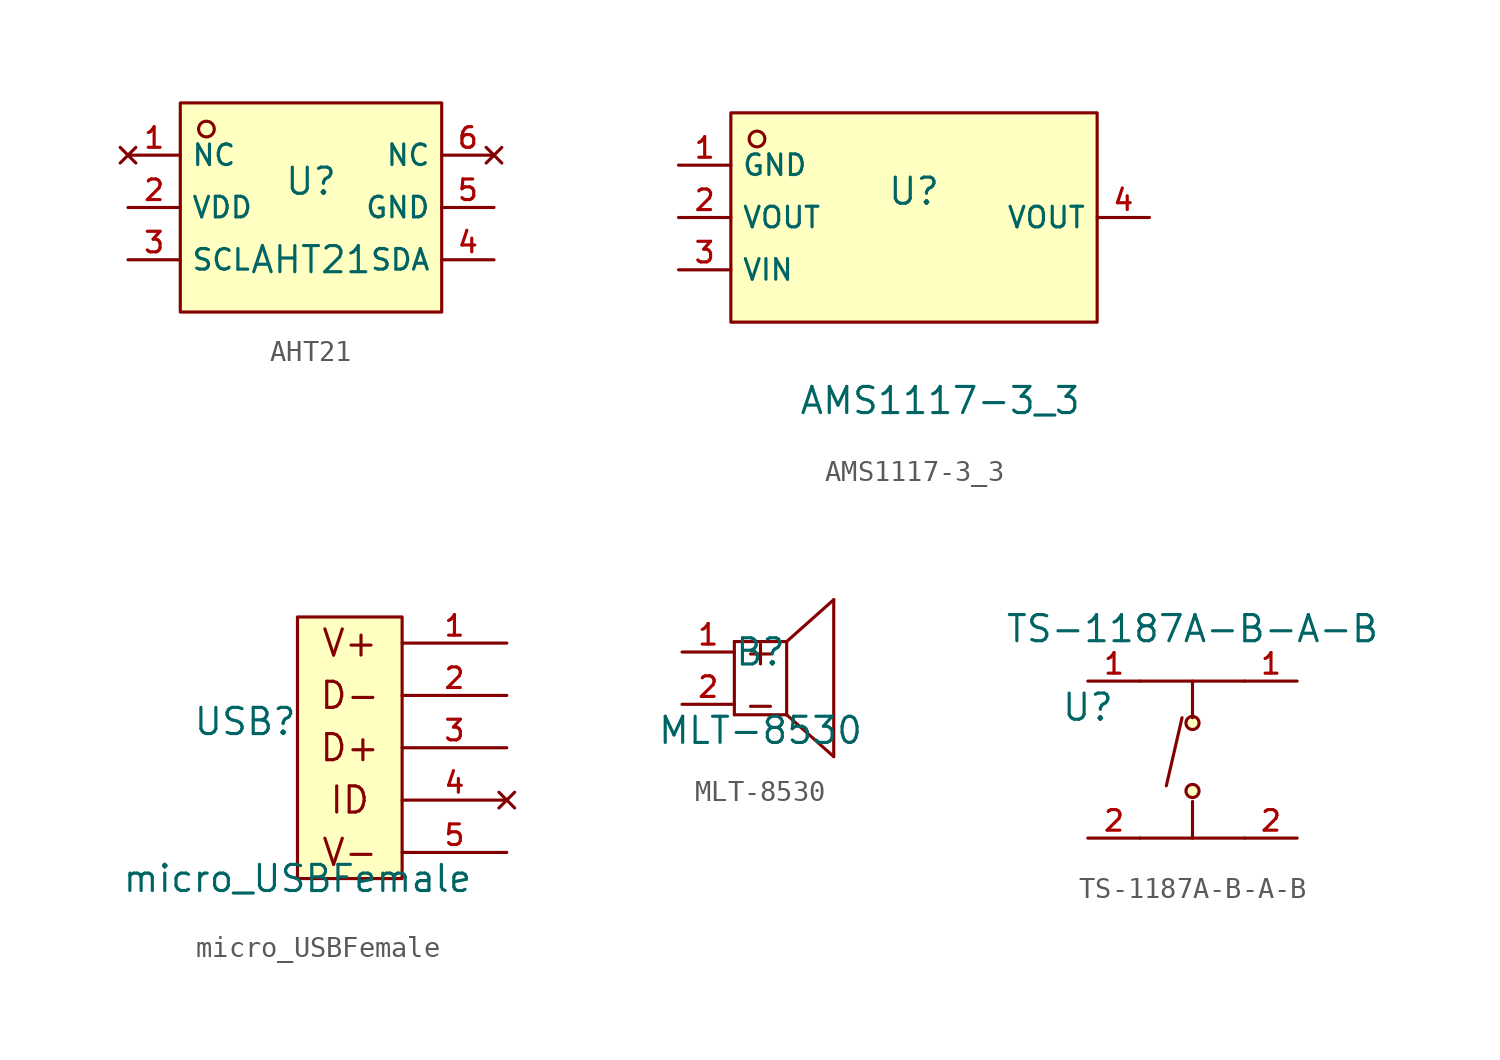
<source format=kicad_sym>
(kicad_symbol_lib
  (version 20220914)
  (generator kicad_symbol_editor)
  (symbol "AHT21"
    (property "Reference" "U"
      (at 0 1.27 0)
      (effects (font (size 1.27 1.27))))
    (property "Value" "AHT21"
      (at 0 -2.54 0)
      (effects (font (size 1.27 1.27))))
    (symbol "AHT21_0_1"
      (rectangle (start -6.35 5.08) (end 6.35 -5.08) (stroke (width 0) (type default)) (fill (type background)))
      (circle (center -5.08 3.81) (radius 0.381) (stroke (width 0) (type default)) (fill (type background))))
    (symbol "AHT21_1_1"
      (pin no_connect line (at -8.89 2.54 0) (length 2.54) (name "NC" (effects (font (size 1 1)))) (number "1" (effects (font (size 1 1)))))
      (pin power_in line (at -8.89 0 0) (length 2.54) (name "VDD" (effects (font (size 1 1)))) (number "2" (effects (font (size 1 1)))))
      (pin bidirectional line (at -8.89 -2.54 0) (length 2.54) (name "SCL" (effects (font (size 1 1)))) (number "3" (effects (font (size 1 1)))))
      (pin bidirectional line (at 8.89 -2.54 180) (length 2.54) (name "SDA" (effects (font (size 1 1)))) (number "4" (effects (font (size 1 1)))))
      (pin power_in line (at 8.89 0 180) (length 2.54) (name "GND" (effects (font (size 1 1)))) (number "5" (effects (font (size 1 1)))))
      (pin no_connect line (at 8.89 2.54 180) (length 2.54) (name "NC" (effects (font (size 1 1)))) (number "6" (effects (font (size 1 1)))))))
  (symbol "AMS1117-3_3"
    (property "Reference" "U"
      (at 0 1.27 0)
      (effects (font (size 1.27 1.27))))
    (property "Value" "AMS1117-3_3"
      (at 1.27 -8.89 0)
      (effects (font (size 1.27 1.27))))
    (symbol "AMS1117-3_3_0_1"
      (rectangle (start -8.89 5.08) (end 8.89 -5.08) (stroke (width 0) (type default)) (fill (type background)))
      (circle (center -7.62 3.81) (radius 0.381) (stroke (width 0) (type default)) (fill (type background))))
    (symbol "AMS1117-3_3_1_1"
      (pin power_in line (at -11.43 2.54 0) (length 2.54) (name "GND" (effects (font (size 1 1)))) (number "1" (effects (font (size 1 1)))))
      (pin power_out line (at -11.43 0 0) (length 2.54) (name "VOUT" (effects (font (size 1 1)))) (number "2" (effects (font (size 1 1)))))
      (pin power_in line (at -11.43 -2.54 0) (length 2.54) (name "VIN" (effects (font (size 1 1)))) (number "3" (effects (font (size 1 1)))))
      (pin power_out line (at 11.43 0 180) (length 2.54) (name "VOUT" (effects (font (size 1 1)))) (number "4" (effects (font (size 1 1)))))))
  (symbol "micro_USBFemale"
    (pin_names hide)
    (property "Reference" "USB"
      (at -3.81 1.27 0)
      (effects (font (size 1.27 1.27))))
    (property "Value" "micro_USBFemale"
      (at -1.27 -6.35 0)
      (effects (font (size 1.27 1.27))))
    (symbol "micro_USBFemale_0_1"
      (rectangle (start -1.27 6.35) (end 3.81 -6.35) (stroke (width 0) (type default)) (fill (type background))))
    (symbol "micro_USBFemale_1_1"
      (text "D+" (at 1.27 0 0) (effects (font (size 1.27 1.27))))
      (text "D-" (at 1.27 2.54 0) (effects (font (size 1.27 1.27))))
      (text "ID" (at 1.27 -2.54 0) (effects (font (size 1.27 1.27))))
      (text "V+" (at 1.27 5.08 0) (effects (font (size 1.27 1.27))))
      (text "V-" (at 1.27 -5.08 0) (effects (font (size 1.27 1.27))))
      (pin power_out line (at 8.89 5.08 180) (length 5.08) (name "V+" (effects (font (size 1 1)))) (number "1" (effects (font (size 1 1)))))
      (pin bidirectional line (at 8.89 2.54 180) (length 5.08) (name "D-" (effects (font (size 1 1)))) (number "2" (effects (font (size 1 1)))))
      (pin bidirectional line (at 8.89 0 180) (length 5.08) (name "D+" (effects (font (size 1 1)))) (number "3" (effects (font (size 1 1)))))
      (pin no_connect line (at 8.89 -2.54 180) (length 5.08) (name "ID" (effects (font (size 1 1)))) (number "4" (effects (font (size 1 1)))))
      (pin power_out line (at 8.89 -5.08 180) (length 5.08) (name "V-" (effects (font (size 1 1)))) (number "5" (effects (font (size 1 1)))))))
  (symbol "MLT-8530"
    (pin_names hide)
    (property "Reference" "B"
      (at 0 1.27 0)
      (effects (font (size 1.27 1.27))))
    (property "Value" "MLT-8530"
      (at 0 -2.54 0)
      (effects (font (size 1.27 1.27))))
    (symbol "MLT-8530_0_1"
      (polyline (pts (xy -1.27 -1.778) (xy 1.27 -1.778)) (stroke (width 0) (type default)) (fill (type none)))
      (polyline (pts (xy -1.27 1.778) (xy -1.27 -1.778)) (stroke (width 0) (type default)) (fill (type none)))
      (polyline (pts (xy -1.27 1.778) (xy 1.27 1.778)) (stroke (width 0) (type default)) (fill (type none)))
      (polyline (pts (xy 1.27 -1.778) (xy 3.556 -3.81)) (stroke (width 0) (type default)) (fill (type none)))
      (polyline (pts (xy 1.27 1.778) (xy 1.27 -1.778)) (stroke (width 0) (type default)) (fill (type none)))
      (polyline (pts (xy 3.556 3.81) (xy 1.27 1.778)) (stroke (width 0) (type default)) (fill (type none)))
      (polyline (pts (xy 3.556 3.81) (xy 3.556 -3.81)) (stroke (width 0) (type default)) (fill (type none))))
    (symbol "MLT-8530_1_1"
      (text "+" (at 0 1.27 0) (effects (font (size 1.27 1.27))))
      (text "-" (at 0 -1.27 0) (effects (font (size 1.27 1.27))))
      (pin input line (at -3.81 1.27 0) (length 2.54) (name "+" (effects (font (size 1 1)))) (number "1" (effects (font (size 1 1)))))
      (pin power_in line (at -3.81 -1.27 0) (length 2.54) (name "2" (effects (font (size 1 1)))) (number "2" (effects (font (size 1 1)))))))
  (symbol "TS-1187A-B-A-B"
    (pin_names hide)
    (property "Reference" "U"
      (at -5.08 1.27 0)
      (effects (font (size 1.27 1.27))))
    (property "Value" "TS-1187A-B-A-B"
      (at 0 5.08 0)
      (effects (font (size 1.27 1.27))))
    (symbol "TS-1187A-B-A-B_0_1"
      (circle (center 0 -2.794) (radius 0.318) (stroke (width 0) (type default)) (fill (type background)))
      (polyline (pts (xy -2.54 -5.08) (xy 2.54 -5.08)) (stroke (width 0) (type default)) (fill (type none)))
      (polyline (pts (xy -2.54 2.54) (xy 2.54 2.54)) (stroke (width 0) (type default)) (fill (type none)))
      (polyline (pts (xy -0.508 0.762) (xy -1.27 -2.54)) (stroke (width 0) (type default)) (fill (type none)))
      (polyline (pts (xy 0 -3.302) (xy 0 -5.08)) (stroke (width 0) (type default)) (fill (type none)))
      (polyline (pts (xy 0 0.762) (xy 0 2.54)) (stroke (width 0) (type default)) (fill (type none)))
      (circle (center 0 0.508) (radius 0.318) (stroke (width 0) (type default)) (fill (type background))))
    (symbol "TS-1187A-B-A-B_1_1"
      (pin passive line (at -5.08 2.54 0) (length 2.54) (name "A" (effects (font (size 1 1)))) (number "1" (effects (font (size 1 1)))))
      (pin passive line (at 5.08 2.54 180) (length 2.54) (name "B" (effects (font (size 1 1)))) (number "1" (effects (font (size 1 1)))))
      (pin passive line (at -5.08 -5.08 0) (length 2.54) (name "C" (effects (font (size 1 1)))) (number "2" (effects (font (size 1 1)))))
      (pin passive line (at 5.08 -5.08 180) (length 2.54) (name "D" (effects (font (size 1 1)))) (number "2" (effects (font (size 1 1))))))))
</source>
